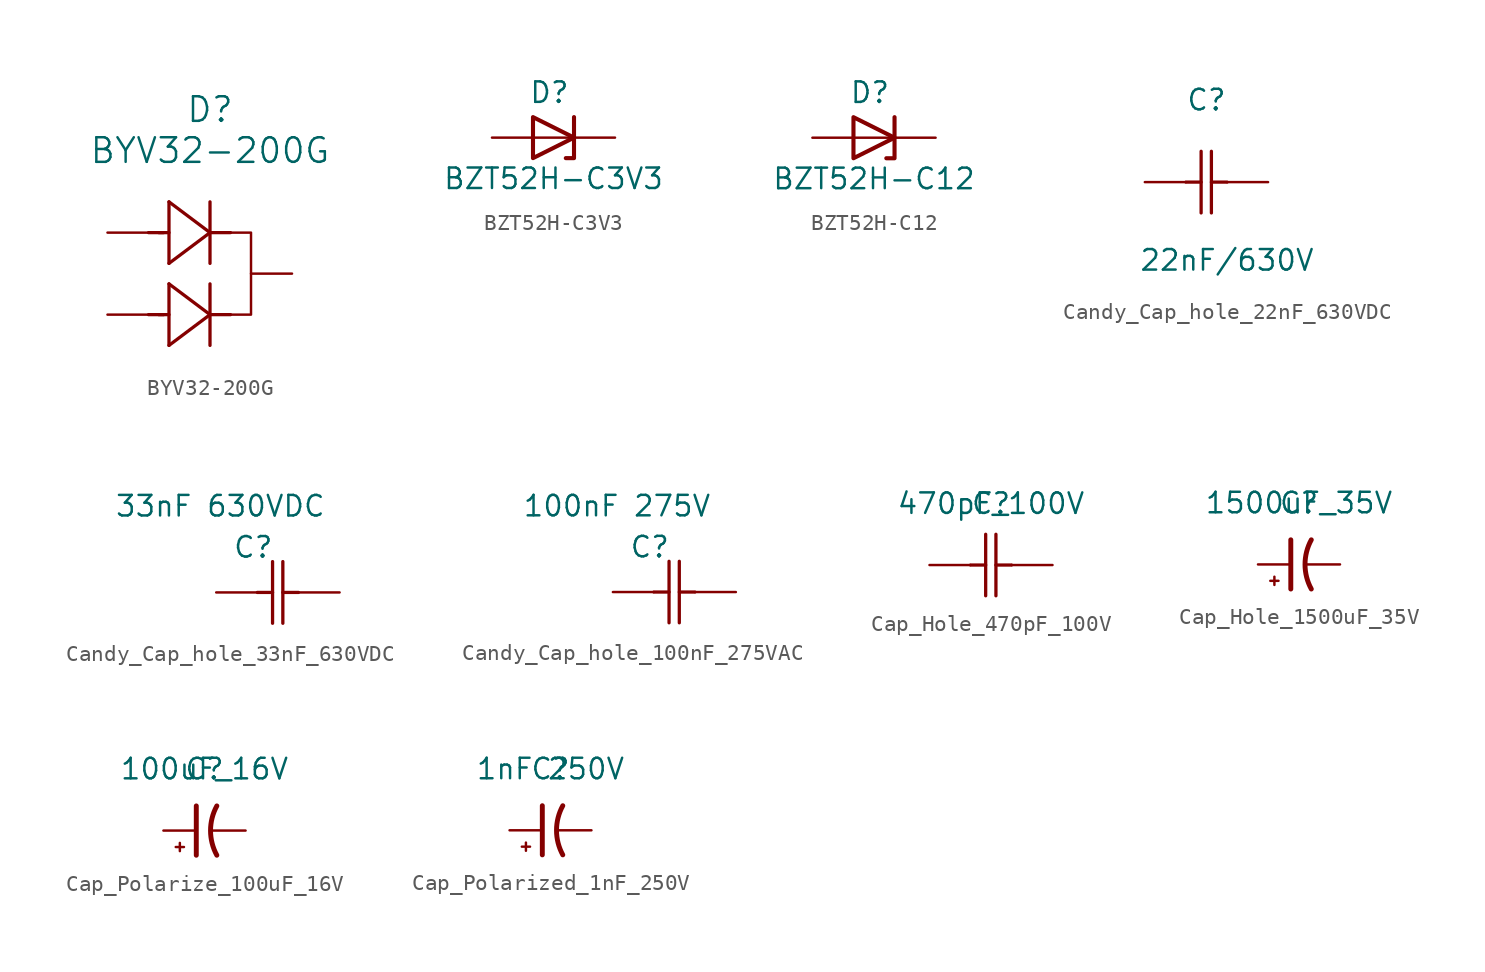
<source format=kicad_sym>
(kicad_symbol_lib
  (version 20231120)
  (generator "kicad_symbol_editor")
  (generator_version "8.0")
  (symbol "BYV32-200G"
    (pin_numbers hide)
    (pin_names
      (offset 0.254) hide)
    (property "Reference" "D"
      (at 25.4 7.62 0)
      (effects (font (size 1.524 1.524))))
    (property "Value" "BYV32-200G"
      (at 25.4 5.08 0)
      (effects (font (size 1.524 1.524))))
    (symbol "BYV32-200G_0_1"
      (polyline (pts (xy 26.67 0) (xy 27.94 0) (xy 27.94 -5.08) (xy 26.67 -5.08)) (stroke (width 0) (type default)) (fill (type none))))
    (symbol "BYV32-200G_1_1"
      (polyline (pts (xy 21.59 -5.08) (xy 22.53 -5.08)) (stroke (width 0.203) (type default)) (fill (type none)))
      (polyline (pts (xy 21.59 0) (xy 22.53 0)) (stroke (width 0.203) (type default)) (fill (type none)))
      (polyline (pts (xy 22.225 -5.08) (xy 22.86 -5.08)) (stroke (width 0.203) (type default)) (fill (type none)))
      (polyline (pts (xy 22.225 0) (xy 22.86 0)) (stroke (width 0.203) (type default)) (fill (type none)))
      (polyline (pts (xy 22.86 -6.985) (xy 25.4 -5.08)) (stroke (width 0.203) (type default)) (fill (type none)))
      (polyline (pts (xy 22.86 -3.175) (xy 22.86 -6.985)) (stroke (width 0.203) (type default)) (fill (type none)))
      (polyline (pts (xy 22.86 -1.905) (xy 25.4 0)) (stroke (width 0.203) (type default)) (fill (type none)))
      (polyline (pts (xy 22.86 1.905) (xy 22.86 -1.905)) (stroke (width 0.203) (type default)) (fill (type none)))
      (polyline (pts (xy 25.4 -6.985) (xy 25.4 -3.175)) (stroke (width 0.203) (type default)) (fill (type none)))
      (polyline (pts (xy 25.4 -5.08) (xy 22.86 -3.175)) (stroke (width 0.203) (type default)) (fill (type none)))
      (polyline (pts (xy 25.4 -5.08) (xy 26.67 -5.08)) (stroke (width 0.203) (type default)) (fill (type none)))
      (polyline (pts (xy 25.4 -1.905) (xy 25.4 1.905)) (stroke (width 0.203) (type default)) (fill (type none)))
      (polyline (pts (xy 25.4 0) (xy 22.86 1.905)) (stroke (width 0.203) (type default)) (fill (type none)))
      (polyline (pts (xy 25.4 0) (xy 26.67 0)) (stroke (width 0.203) (type default)) (fill (type none)))
      (pin unspecified line (at 19.05 0 0) (length 2.54) (name "A" (effects (font (size 1.27 1.27)))) (number "1" (effects (font (size 1.27 1.27)))))
      (pin unspecified line (at 30.48 -2.54 180) (length 2.54) (name "K" (effects (font (size 1.27 1.27)))) (number "2" (effects (font (size 1.27 1.27)))))
      (pin unspecified line (at 19.05 -5.08 0) (length 2.54) (name "A" (effects (font (size 1.27 1.27)))) (number "3" (effects (font (size 1.27 1.27)))))))
  (symbol "BZT52H-C3V3"
    (pin_numbers hide)
    (pin_names hide)
    (property "Reference" "D"
      (at 3.556 2.794 0)
      (effects (font (size 1.27 1.27))))
    (property "Value" "BZT52H-C3V3"
      (at 3.81 -2.54 0)
      (effects (font (size 1.27 1.27))))
    (symbol "BZT52H-C3V3_0_1"
      (polyline (pts (xy 2.54 0) (xy 5.08 0)) (stroke (width 0) (type default)) (fill (type none)))
      (polyline (pts (xy 5.08 1.27) (xy 5.08 -1.27) (xy 4.572 -1.27)) (stroke (width 0.254) (type default)) (fill (type none)))
      (polyline (pts (xy 2.54 1.27) (xy 2.54 -1.27) (xy 5.08 0) (xy 2.54 1.27)) (stroke (width 0.254) (type default)) (fill (type none))))
    (symbol "BZT52H-C3V3_1_1"
      (pin passive line (at 7.62 0 180) (length 2.54) (name "K" (effects (font (size 1.27 1.27)))) (number "1" (effects (font (size 1.27 1.27)))))
      (pin passive line (at 0 0 0) (length 2.54) (name "A" (effects (font (size 1.27 1.27)))) (number "2" (effects (font (size 1.27 1.27)))))))
  (symbol "BZT52H-C12"
    (pin_numbers hide)
    (pin_names hide)
    (property "Reference" "D"
      (at 3.556 2.794 0)
      (effects (font (size 1.27 1.27))))
    (property "Value" "BZT52H-C12"
      (at 3.81 -2.54 0)
      (effects (font (size 1.27 1.27))))
    (symbol "BZT52H-C12_0_1"
      (polyline (pts (xy 2.54 0) (xy 5.08 0)) (stroke (width 0) (type default)) (fill (type none)))
      (polyline (pts (xy 5.08 1.27) (xy 5.08 -1.27) (xy 4.572 -1.27)) (stroke (width 0.254) (type default)) (fill (type none)))
      (polyline (pts (xy 2.54 1.27) (xy 2.54 -1.27) (xy 5.08 0) (xy 2.54 1.27)) (stroke (width 0.254) (type default)) (fill (type none))))
    (symbol "BZT52H-C12_1_1"
      (pin passive line (at 7.62 0 180) (length 2.54) (name "K" (effects (font (size 1.27 1.27)))) (number "1" (effects (font (size 1.27 1.27)))))
      (pin passive line (at 0 0 0) (length 2.54) (name "A" (effects (font (size 1.27 1.27)))) (number "2" (effects (font (size 1.27 1.27)))))))
  (symbol "Candy_Cap_hole_22nF_630VDC"
    (pin_numbers hide)
    (property "Reference" "C"
      (at 0 0 0)
      (effects (font (size 1.27 1.27))))
    (property "Value" "22nF/630V"
      (at 1.27 -9.906 0)
      (effects (font (size 1.27 1.27))))
    (symbol "Candy_Cap_hole_22nF_630VDC_1_1"
      (polyline (pts (xy -1.27 -5.08) (xy -0.33 -5.08)) (stroke (width 0.203) (type default)) (fill (type none)))
      (polyline (pts (xy -0.33 -6.985) (xy -0.33 -3.175)) (stroke (width 0.203) (type default)) (fill (type none)))
      (polyline (pts (xy 0.305 -6.985) (xy 0.305 -3.175)) (stroke (width 0.203) (type default)) (fill (type none)))
      (polyline (pts (xy 0.305 -5.08) (xy 1.27 -5.08)) (stroke (width 0.203) (type default)) (fill (type none)))
      (pin unspecified line (at -3.81 -5.08 0) (length 2.54) (name "" (effects (font (size 1.27 1.27)))) (number "1" (effects (font (size 1.27 1.27)))))
      (pin unspecified line (at 3.81 -5.08 180) (length 2.54) (name "" (effects (font (size 1.27 1.27)))) (number "2" (effects (font (size 1.27 1.27)))))))
  (symbol "Candy_Cap_hole_33nF_630VDC"
    (pin_numbers hide)
    (pin_names hide)
    (property "Reference" "C"
      (at 2.286 2.794 0)
      (effects (font (size 1.27 1.27))))
    (property "Value" "33nF 630VDC"
      (at 0.254 5.334 0)
      (effects (font (size 1.27 1.27))))
    (symbol "Candy_Cap_hole_33nF_630VDC_1_1"
      (polyline (pts (xy 2.54 0) (xy 3.48 0)) (stroke (width 0.203) (type default)) (fill (type none)))
      (polyline (pts (xy 3.48 -1.905) (xy 3.48 1.905)) (stroke (width 0.203) (type default)) (fill (type none)))
      (polyline (pts (xy 4.115 -1.905) (xy 4.115 1.905)) (stroke (width 0.203) (type default)) (fill (type none)))
      (polyline (pts (xy 4.115 0) (xy 5.08 0)) (stroke (width 0.203) (type default)) (fill (type none)))
      (pin unspecified line (at 0 0 0) (length 2.54) (name "" (effects (font (size 1.27 1.27)))) (number "1" (effects (font (size 1.27 1.27)))))
      (pin unspecified line (at 7.62 0 180) (length 2.54) (name "" (effects (font (size 1.27 1.27)))) (number "2" (effects (font (size 1.27 1.27)))))))
  (symbol "Candy_Cap_hole_100nF_275VAC"
    (pin_numbers hide)
    (pin_names hide)
    (property "Reference" "C"
      (at 2.286 2.794 0)
      (effects (font (size 1.27 1.27))))
    (property "Value" "100nF 275V"
      (at 0.254 5.334 0)
      (effects (font (size 1.27 1.27))))
    (symbol "Candy_Cap_hole_100nF_275VAC_1_1"
      (polyline (pts (xy 2.54 0) (xy 3.48 0)) (stroke (width 0.203) (type default)) (fill (type none)))
      (polyline (pts (xy 3.48 -1.905) (xy 3.48 1.905)) (stroke (width 0.203) (type default)) (fill (type none)))
      (polyline (pts (xy 4.115 -1.905) (xy 4.115 1.905)) (stroke (width 0.203) (type default)) (fill (type none)))
      (polyline (pts (xy 4.115 0) (xy 5.08 0)) (stroke (width 0.203) (type default)) (fill (type none)))
      (pin unspecified line (at 0 0 0) (length 2.54) (name "" (effects (font (size 1.27 1.27)))) (number "1" (effects (font (size 1.27 1.27)))))
      (pin unspecified line (at 7.62 0 180) (length 2.54) (name "" (effects (font (size 1.27 1.27)))) (number "2" (effects (font (size 1.27 1.27)))))))
  (symbol "Cap_Hole_470pF_100V"
    (pin_numbers hide)
    (pin_names hide)
    (property "Reference" "C"
      (at 0 0 0)
      (effects (font (size 1.27 1.27))))
    (property "Value" "470pF_100V"
      (at 0 0 0)
      (effects (font (size 1.27 1.27))))
    (symbol "Cap_Hole_470pF_100V_1_1"
      (polyline (pts (xy -1.27 -3.81) (xy -0.33 -3.81)) (stroke (width 0.203) (type default)) (fill (type none)))
      (polyline (pts (xy -0.33 -5.715) (xy -0.33 -1.905)) (stroke (width 0.203) (type default)) (fill (type none)))
      (polyline (pts (xy 0.305 -5.715) (xy 0.305 -1.905)) (stroke (width 0.203) (type default)) (fill (type none)))
      (polyline (pts (xy 0.305 -3.81) (xy 1.27 -3.81)) (stroke (width 0.203) (type default)) (fill (type none)))
      (pin unspecified line (at -3.81 -3.81 0) (length 2.54) (name "" (effects (font (size 1.27 1.27)))) (number "1" (effects (font (size 1.27 1.27)))))
      (pin unspecified line (at 3.81 -3.81 180) (length 2.54) (name "" (effects (font (size 1.27 1.27)))) (number "2" (effects (font (size 1.27 1.27)))))))
  (symbol "Cap_Hole_1500uF_35V"
    (pin_numbers hide)
    (pin_names hide)
    (property "Reference" "C"
      (at 0 0 0)
      (effects (font (size 1.27 1.27))))
    (property "Value" "1500uF_35V"
      (at 0 0 0)
      (effects (font (size 1.27 1.27))))
    (symbol "Cap_Hole_1500uF_35V_0_1"
      (polyline (pts (xy -1.524 -5.08) (xy -1.524 -4.572)) (stroke (width 0) (type default)) (fill (type none)))
      (polyline (pts (xy -1.27 -4.826) (xy -1.778 -4.826)) (stroke (width 0) (type default)) (fill (type none)))
      (polyline (pts (xy -0.508 -5.334) (xy -0.508 -2.286)) (stroke (width 0.305) (type default)) (fill (type none)))
      (arc (start 0.762 -2.286) (mid 0.3734 -3.81) (end 0.762 -5.334) (stroke (width 0.3048) (type default)) (fill (type none))))
    (symbol "Cap_Hole_1500uF_35V_1_1"
      (pin passive line (at -2.54 -3.81 0) (length 2.032) (name "" (effects (font (size 1.27 1.27)))) (number "1" (effects (font (size 1.27 1.27)))))
      (pin passive line (at 2.54 -3.81 180) (length 2.032) (name "~" (effects (font (size 1.27 1.27)))) (number "2" (effects (font (size 1.27 1.27)))))))
  (symbol "Cap_Polarize_100uF_16V"
    (pin_numbers hide)
    (pin_names hide)
    (property "Reference" "C"
      (at 0 0 0)
      (effects (font (size 1.27 1.27))))
    (property "Value" "100uF_16V"
      (at 0 0 0)
      (effects (font (size 1.27 1.27))))
    (symbol "Cap_Polarize_100uF_16V_0_1"
      (polyline (pts (xy -1.524 -5.08) (xy -1.524 -4.572)) (stroke (width 0) (type default)) (fill (type none)))
      (polyline (pts (xy -1.27 -4.826) (xy -1.778 -4.826)) (stroke (width 0) (type default)) (fill (type none)))
      (polyline (pts (xy -0.508 -5.334) (xy -0.508 -2.286)) (stroke (width 0.305) (type default)) (fill (type none)))
      (arc (start 0.762 -2.286) (mid 0.3734 -3.81) (end 0.762 -5.334) (stroke (width 0.3048) (type default)) (fill (type none))))
    (symbol "Cap_Polarize_100uF_16V_1_1"
      (pin passive line (at -2.54 -3.81 0) (length 2.032) (name "" (effects (font (size 1.27 1.27)))) (number "1" (effects (font (size 1.27 1.27)))))
      (pin passive line (at 2.54 -3.81 180) (length 2.032) (name "~" (effects (font (size 1.27 1.27)))) (number "2" (effects (font (size 1.27 1.27)))))))
  (symbol "Cap_Polarized_1nF_250V"
    (pin_numbers hide)
    (pin_names hide)
    (property "Reference" "C"
      (at 0 0 0)
      (effects (font (size 1.27 1.27))))
    (property "Value" "1nF 250V"
      (at 0 0 0)
      (effects (font (size 1.27 1.27))))
    (symbol "Cap_Polarized_1nF_250V_0_1"
      (polyline (pts (xy -1.524 -5.08) (xy -1.524 -4.572)) (stroke (width 0) (type default)) (fill (type none)))
      (polyline (pts (xy -1.27 -4.826) (xy -1.778 -4.826)) (stroke (width 0) (type default)) (fill (type none)))
      (polyline (pts (xy -0.508 -5.334) (xy -0.508 -2.286)) (stroke (width 0.305) (type default)) (fill (type none)))
      (arc (start 0.762 -2.286) (mid 0.3734 -3.81) (end 0.762 -5.334) (stroke (width 0.3048) (type default)) (fill (type none))))
    (symbol "Cap_Polarized_1nF_250V_1_1"
      (pin passive line (at -2.54 -3.81 0) (length 2.032) (name "" (effects (font (size 1.27 1.27)))) (number "1" (effects (font (size 1.27 1.27)))))
      (pin passive line (at 2.54 -3.81 180) (length 2.032) (name "~" (effects (font (size 1.27 1.27)))) (number "2" (effects (font (size 1.27 1.27))))))))
</source>
